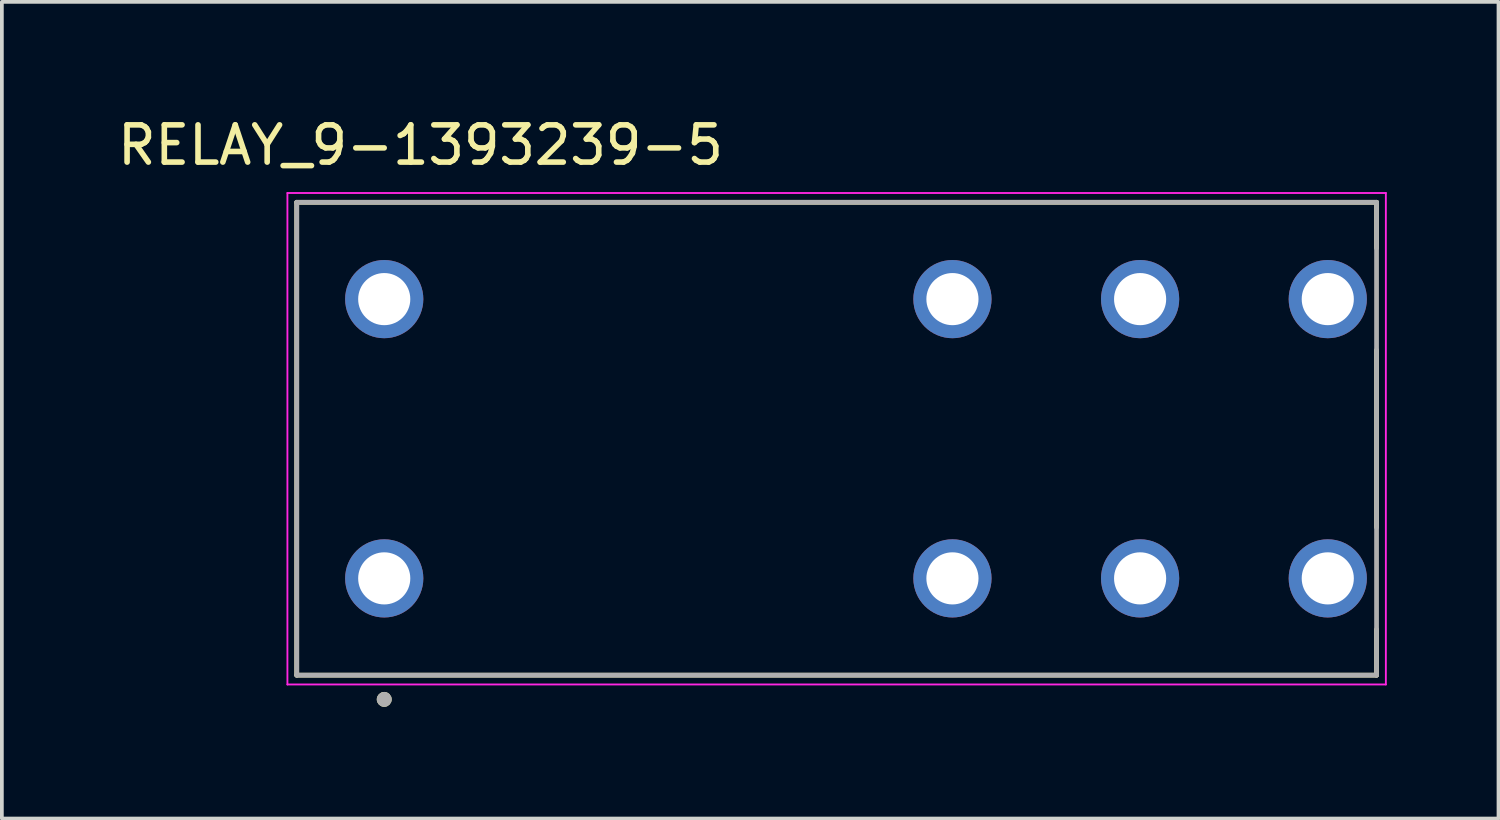
<source format=kicad_pcb>
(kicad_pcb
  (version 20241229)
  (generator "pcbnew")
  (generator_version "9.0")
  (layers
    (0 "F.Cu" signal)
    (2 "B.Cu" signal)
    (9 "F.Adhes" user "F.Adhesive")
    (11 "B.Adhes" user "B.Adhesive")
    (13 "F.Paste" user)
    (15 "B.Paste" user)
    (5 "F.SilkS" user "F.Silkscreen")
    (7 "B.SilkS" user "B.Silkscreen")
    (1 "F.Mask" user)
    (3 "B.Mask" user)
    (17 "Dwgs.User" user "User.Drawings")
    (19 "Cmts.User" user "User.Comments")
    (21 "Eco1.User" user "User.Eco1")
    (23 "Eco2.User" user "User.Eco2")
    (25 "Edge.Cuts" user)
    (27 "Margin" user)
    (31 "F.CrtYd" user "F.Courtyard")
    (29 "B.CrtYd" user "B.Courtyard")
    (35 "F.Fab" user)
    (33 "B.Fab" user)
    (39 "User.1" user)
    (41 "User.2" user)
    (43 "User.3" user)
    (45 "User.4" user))
  (footprint "RELAY_9-1393239-5"
    (layer "F.Cu")
    (at 19.419 8.733)
    (property "Reference" "RELAY_9-1393239-5" (at -11.175 -7.885 0) (layer "F.SilkS") (effects (font (size 1 1) (thickness 0.15))))
    (attr through_hole)
    (fp_line (start -14.5 -6.35) (end 14.5 -6.35) (stroke (width 0.127) (type solid)) (layer "F.SilkS"))
    (fp_line (start -14.5 6.35) (end -14.5 -6.35) (stroke (width 0.127) (type solid)) (layer "F.SilkS"))
    (fp_line (start 14.5 -6.35) (end 14.5 -5.12) (stroke (width 0.127) (type solid)) (layer "F.SilkS"))
    (fp_line (start 14.5 -2.38) (end 14.5 2.38) (stroke (width 0.127) (type solid)) (layer "F.SilkS"))
    (fp_line (start 14.5 5.12) (end 14.5 6.35) (stroke (width 0.127) (type solid)) (layer "F.SilkS"))
    (fp_line (start 14.5 6.35) (end -14.5 6.35) (stroke (width 0.127) (type solid)) (layer "F.SilkS"))
    (fp_circle (center -12.15 7) (end -12.05 7) (stroke (width 0.2) (type solid)) (fill no) (layer "F.SilkS"))
    (fp_line (start -14.75 -6.6) (end 14.75 -6.6) (stroke (width 0.05) (type solid)) (layer "F.CrtYd"))
    (fp_line (start -14.75 6.6) (end -14.75 -6.6) (stroke (width 0.05) (type solid)) (layer "F.CrtYd"))
    (fp_line (start 14.75 -6.6) (end 14.75 6.6) (stroke (width 0.05) (type solid)) (layer "F.CrtYd"))
    (fp_line (start 14.75 6.6) (end -14.75 6.6) (stroke (width 0.05) (type solid)) (layer "F.CrtYd"))
    (fp_line (start -14.5 -6.35) (end 14.5 -6.35) (stroke (width 0.127) (type solid)) (layer "F.Fab"))
    (fp_line (start -14.5 6.35) (end -14.5 -6.35) (stroke (width 0.127) (type solid)) (layer "F.Fab"))
    (fp_line (start 14.5 -6.35) (end 14.5 6.35) (stroke (width 0.127) (type solid)) (layer "F.Fab"))
    (fp_line (start 14.5 6.35) (end -14.5 6.35) (stroke (width 0.127) (type solid)) (layer "F.Fab"))
    (fp_circle (center -12.15 7) (end -12.05 7) (stroke (width 0.2) (type solid)) (fill no) (layer "F.Fab"))
    (pad "11-1" thru_hole circle (at 8.15 3.75) (size 2.1 2.1) (drill 1.4) (layers "*.Cu" "*.Mask"))
    (pad "11-2" thru_hole circle (at 8.15 -3.75) (size 2.1 2.1) (drill 1.4) (layers "*.Cu" "*.Mask"))
    (pad "12-1" thru_hole circle (at 3.11 3.75) (size 2.1 2.1) (drill 1.4) (layers "*.Cu" "*.Mask"))
    (pad "12-2" thru_hole circle (at 3.11 -3.75) (size 2.1 2.1) (drill 1.4) (layers "*.Cu" "*.Mask"))
    (pad "14-1" thru_hole circle (at 13.19 3.75) (size 2.1 2.1) (drill 1.4) (layers "*.Cu" "*.Mask"))
    (pad "14-2" thru_hole circle (at 13.19 -3.75) (size 2.1 2.1) (drill 1.4) (layers "*.Cu" "*.Mask"))
    (pad "A1" thru_hole circle (at -12.15 3.75) (size 2.1 2.1) (drill 1.4) (layers "*.Cu" "*.Mask"))
    (pad "A2" thru_hole circle (at -12.15 -3.75) (size 2.1 2.1) (drill 1.4) (layers "*.Cu" "*.Mask")))
  (gr_rect
    (start -3 -3)
    (end 37.194 18.933)
    (stroke (width 0.1) (type default))
    (fill no)
    (layer "Edge.Cuts")))
</source>
